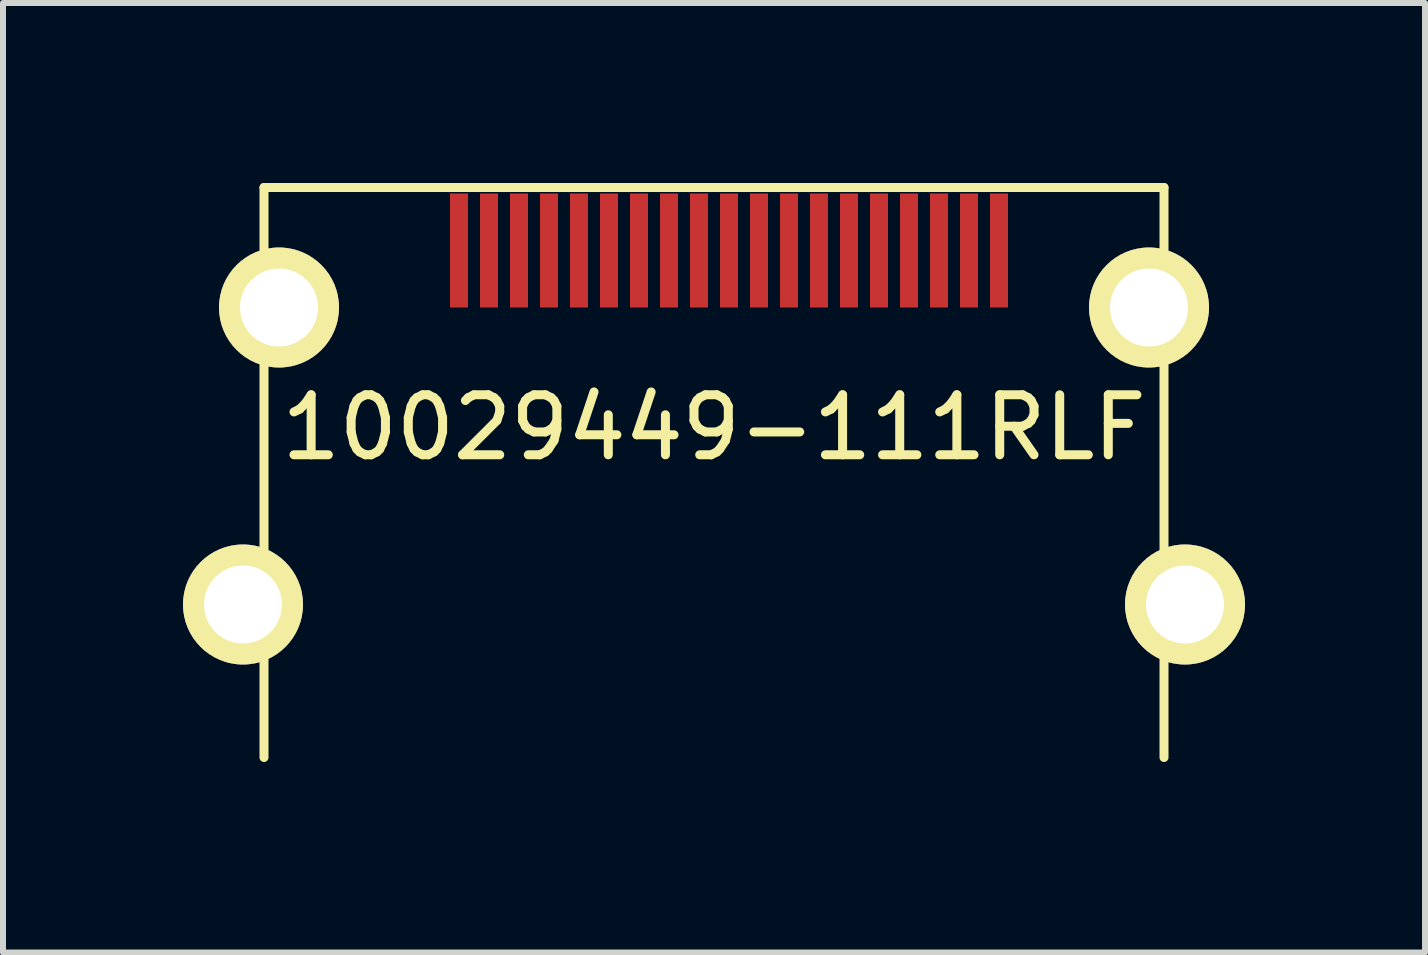
<source format=kicad_pcb>
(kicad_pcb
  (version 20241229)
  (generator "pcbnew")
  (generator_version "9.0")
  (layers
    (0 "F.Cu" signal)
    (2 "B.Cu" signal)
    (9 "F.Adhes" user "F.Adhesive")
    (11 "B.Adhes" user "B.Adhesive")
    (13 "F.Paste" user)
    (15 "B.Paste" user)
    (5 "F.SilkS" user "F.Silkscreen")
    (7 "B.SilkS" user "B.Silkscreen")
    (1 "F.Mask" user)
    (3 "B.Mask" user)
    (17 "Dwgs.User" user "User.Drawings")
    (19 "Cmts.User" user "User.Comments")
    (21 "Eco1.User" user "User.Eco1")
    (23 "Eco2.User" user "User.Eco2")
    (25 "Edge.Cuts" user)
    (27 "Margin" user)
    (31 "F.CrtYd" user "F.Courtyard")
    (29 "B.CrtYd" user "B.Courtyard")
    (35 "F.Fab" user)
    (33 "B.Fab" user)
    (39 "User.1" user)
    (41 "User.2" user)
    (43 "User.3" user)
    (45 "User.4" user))
  (footprint "10029449-111RLF"
    (layer "F.Cu")
    (at 8.85 9.575)
    (property "Reference" "10029449-111RLF" (at 0 -5.5 0) (layer "F.SilkS") (effects (font (size 1 1) (thickness 0.15))))
    (attr through_hole)
    (fp_line (start -7.5 -9.5) (end 7.5 -9.5) (stroke (width 0.15) (type solid)) (layer "F.SilkS"))
    (fp_line (start -7.5 0) (end -7.5 -9.5) (stroke (width 0.15) (type solid)) (layer "F.SilkS"))
    (fp_line (start 7.5 -9.5) (end 7.5 0) (stroke (width 0.15) (type solid)) (layer "F.SilkS"))
    (pad "1" smd rect (at 4.75 -8.45) (size 0.3 1.9) (layers "F.Cu" "F.Mask" "F.Paste"))
    (pad "2" smd rect (at 4.25 -8.45) (size 0.3 1.9) (layers "F.Cu" "F.Mask" "F.Paste"))
    (pad "3" smd rect (at 3.75 -8.45) (size 0.3 1.9) (layers "F.Cu" "F.Mask" "F.Paste"))
    (pad "4" smd rect (at 3.25 -8.45) (size 0.3 1.9) (layers "F.Cu" "F.Mask" "F.Paste"))
    (pad "5" smd rect (at 2.75 -8.45) (size 0.3 1.9) (layers "F.Cu" "F.Mask" "F.Paste"))
    (pad "6" smd rect (at 2.25 -8.45) (size 0.3 1.9) (layers "F.Cu" "F.Mask" "F.Paste"))
    (pad "7" smd rect (at 1.75 -8.45) (size 0.3 1.9) (layers "F.Cu" "F.Mask" "F.Paste"))
    (pad "8" smd rect (at 1.25 -8.45) (size 0.3 1.9) (layers "F.Cu" "F.Mask" "F.Paste"))
    (pad "9" smd rect (at 0.75 -8.45) (size 0.3 1.9) (layers "F.Cu" "F.Mask" "F.Paste"))
    (pad "10" smd rect (at 0.25 -8.45) (size 0.3 1.9) (layers "F.Cu" "F.Mask" "F.Paste"))
    (pad "11" smd rect (at -0.25 -8.45) (size 0.3 1.9) (layers "F.Cu" "F.Mask" "F.Paste"))
    (pad "12" smd rect (at -0.75 -8.45) (size 0.3 1.9) (layers "F.Cu" "F.Mask" "F.Paste"))
    (pad "13" smd rect (at -1.25 -8.45) (size 0.3 1.9) (layers "F.Cu" "F.Mask" "F.Paste"))
    (pad "14" smd rect (at -1.75 -8.45) (size 0.3 1.9) (layers "F.Cu" "F.Mask" "F.Paste"))
    (pad "15" smd rect (at -2.25 -8.45) (size 0.3 1.9) (layers "F.Cu" "F.Mask" "F.Paste"))
    (pad "16" smd rect (at -2.75 -8.45) (size 0.3 1.9) (layers "F.Cu" "F.Mask" "F.Paste"))
    (pad "17" smd rect (at -3.25 -8.45) (size 0.3 1.9) (layers "F.Cu" "F.Mask" "F.Paste"))
    (pad "18" smd rect (at -3.75 -8.45) (size 0.3 1.9) (layers "F.Cu" "F.Mask" "F.Paste"))
    (pad "19" smd rect (at -4.25 -8.45) (size 0.3 1.9) (layers "F.Cu" "F.Mask" "F.Paste"))
    (pad "20" thru_hole circle (at -7.85 -2.55) (size 2 2) (drill 1.3) (layers "*.Cu" "*.Mask" "F.SilkS"))
    (pad "20" thru_hole circle (at -7.25 -7.5) (size 2 2) (drill 1.3) (layers "*.Cu" "*.Mask" "F.SilkS"))
    (pad "20" thru_hole circle (at 7.25 -7.5) (size 2 2) (drill 1.3) (layers "*.Cu" "*.Mask" "F.SilkS"))
    (pad "20" thru_hole circle (at 7.85 -2.55) (size 2 2) (drill 1.3) (layers "*.Cu" "*.Mask" "F.SilkS")))
  (gr_rect
    (start -3 -3)
    (end 20.7 12.825)
    (stroke (width 0.1) (type default))
    (fill no)
    (layer "Edge.Cuts")))
</source>
